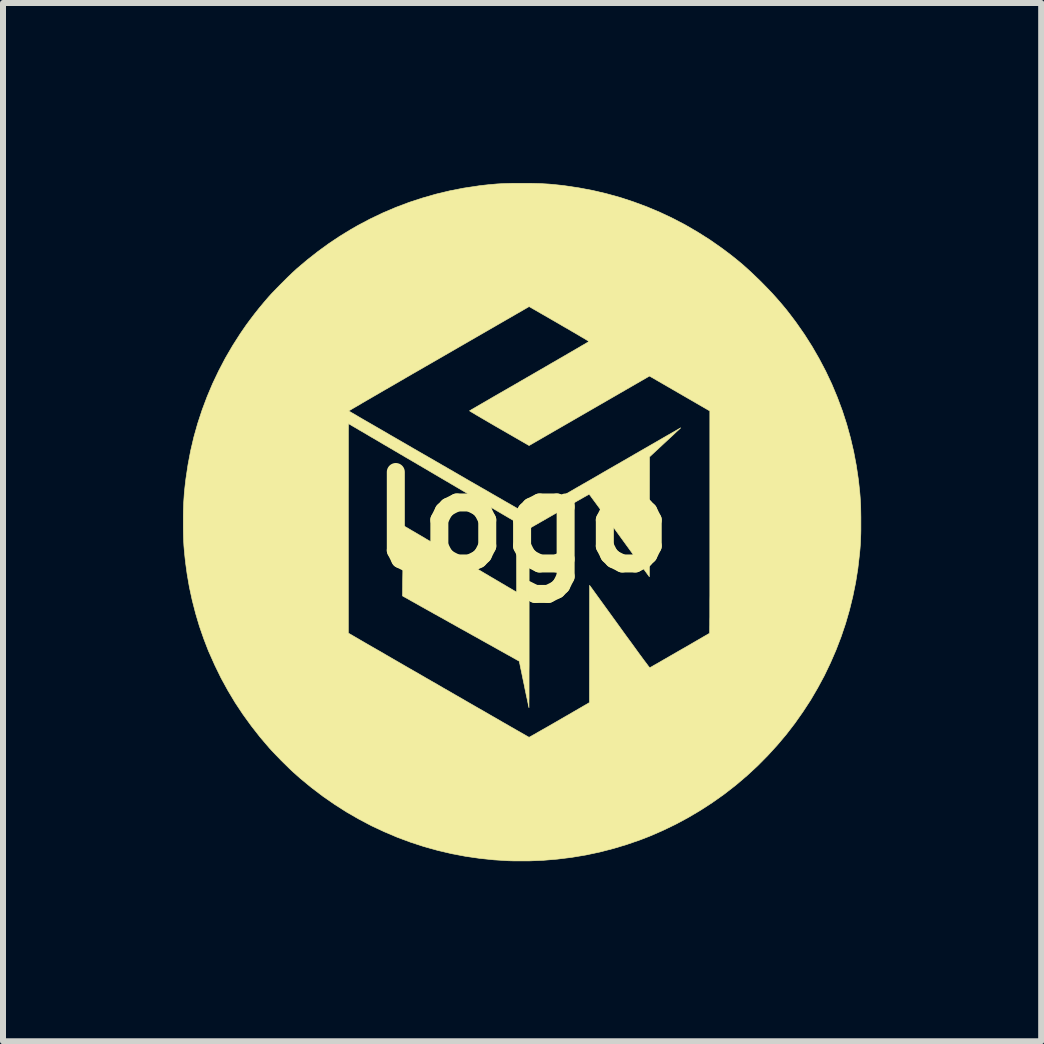
<source format=kicad_pcb>
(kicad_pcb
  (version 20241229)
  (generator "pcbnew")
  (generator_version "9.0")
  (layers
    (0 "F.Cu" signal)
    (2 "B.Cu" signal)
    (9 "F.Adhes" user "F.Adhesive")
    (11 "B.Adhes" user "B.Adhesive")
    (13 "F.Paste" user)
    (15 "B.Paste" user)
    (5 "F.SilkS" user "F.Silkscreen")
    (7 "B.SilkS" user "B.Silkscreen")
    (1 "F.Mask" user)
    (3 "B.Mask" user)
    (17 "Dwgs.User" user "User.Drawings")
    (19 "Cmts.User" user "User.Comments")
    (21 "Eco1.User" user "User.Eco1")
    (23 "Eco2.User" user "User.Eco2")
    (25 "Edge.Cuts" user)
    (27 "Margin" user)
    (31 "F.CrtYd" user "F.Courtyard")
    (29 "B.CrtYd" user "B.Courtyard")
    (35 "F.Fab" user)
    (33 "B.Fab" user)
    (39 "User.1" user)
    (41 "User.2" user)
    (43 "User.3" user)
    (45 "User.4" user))
  (footprint "logo"
    (layer "F.Cu")
    (at 5.651 5.651)
    (property "Reference" "logo" (at 0 0 0) (layer "F.SilkS") (effects (font (size 1.524 1.524) (thickness 0.3))))
    (attr through_hole)
    (fp_poly (pts (xy 0.089 -5.646) (xy 0.17 -5.645) (xy 0.245 -5.643) (xy 0.315 -5.641) (xy 0.382 -5.637) (xy 0.448 -5.633) (xy 0.515 -5.627) (xy 0.585 -5.62) (xy 0.659 -5.612) (xy 0.709 -5.606) (xy 0.944 -5.571) (xy 1.177 -5.527) (xy 1.407 -5.473) (xy 1.635 -5.41) (xy 1.86 -5.336) (xy 2.081 -5.254) (xy 2.299 -5.162) (xy 2.513 -5.061) (xy 2.723 -4.951) (xy 2.929 -4.831) (xy 3.131 -4.703) (xy 3.327 -4.566) (xy 3.467 -4.461) (xy 3.542 -4.402) (xy 3.613 -4.344) (xy 3.681 -4.287) (xy 3.748 -4.227) (xy 3.816 -4.165) (xy 3.886 -4.098) (xy 3.961 -4.026) (xy 3.991 -3.996) (xy 4.083 -3.902) (xy 4.169 -3.812) (xy 4.249 -3.723) (xy 4.325 -3.635) (xy 4.4 -3.545) (xy 4.473 -3.451) (xy 4.548 -3.352) (xy 4.57 -3.322) (xy 4.706 -3.127) (xy 4.833 -2.927) (xy 4.951 -2.722) (xy 5.061 -2.513) (xy 5.162 -2.299) (xy 5.253 -2.081) (xy 5.336 -1.859) (xy 5.409 -1.634) (xy 5.472 -1.406) (xy 5.526 -1.175) (xy 5.57 -0.942) (xy 5.605 -0.706) (xy 5.626 -0.513) (xy 5.631 -0.456) (xy 5.635 -0.403) (xy 5.638 -0.353) (xy 5.641 -0.303) (xy 5.643 -0.253) (xy 5.644 -0.201) (xy 5.645 -0.144) (xy 5.646 -0.08) (xy 5.646 -0.009) (xy 5.646 0) (xy 5.646 0.071) (xy 5.646 0.135) (xy 5.645 0.191) (xy 5.643 0.243) (xy 5.641 0.293) (xy 5.639 0.341) (xy 5.636 0.39) (xy 5.632 0.443) (xy 5.627 0.499) (xy 5.623 0.538) (xy 5.596 0.774) (xy 5.559 1.007) (xy 5.512 1.238) (xy 5.456 1.466) (xy 5.391 1.691) (xy 5.316 1.913) (xy 5.232 2.132) (xy 5.139 2.346) (xy 5.038 2.557) (xy 4.927 2.763) (xy 4.809 2.965) (xy 4.681 3.161) (xy 4.546 3.353) (xy 4.403 3.539) (xy 4.251 3.719) (xy 4.092 3.893) (xy 3.925 4.062) (xy 3.751 4.223) (xy 3.569 4.378) (xy 3.548 4.395) (xy 3.361 4.54) (xy 3.167 4.677) (xy 2.968 4.806) (xy 2.763 4.927) (xy 2.554 5.039) (xy 2.34 5.142) (xy 2.123 5.236) (xy 1.968 5.296) (xy 1.745 5.373) (xy 1.519 5.441) (xy 1.29 5.5) (xy 1.058 5.549) (xy 0.824 5.588) (xy 0.588 5.617) (xy 0.351 5.637) (xy 0.113 5.647) (xy -0.126 5.647) (xy -0.231 5.644) (xy -0.47 5.629) (xy -0.708 5.604) (xy -0.943 5.57) (xy -1.175 5.526) (xy -1.405 5.472) (xy -1.632 5.409) (xy -1.856 5.336) (xy -2.077 5.254) (xy -2.294 5.162) (xy -2.508 5.062) (xy -2.717 4.952) (xy -2.922 4.834) (xy -3.123 4.706) (xy -3.319 4.57) (xy -3.511 4.424) (xy -3.697 4.271) (xy -3.815 4.166) (xy -3.846 4.137) (xy -3.883 4.102) (xy -3.923 4.062) (xy -3.967 4.019) (xy -4.012 3.975) (xy -4.056 3.929) (xy -4.099 3.885) (xy -4.139 3.843) (xy -4.175 3.805) (xy -4.205 3.772) (xy -4.209 3.768) (xy -4.366 3.584) (xy -4.513 3.396) (xy -4.652 3.204) (xy -4.782 3.008) (xy -4.903 2.806) (xy -5.016 2.6) (xy -5.12 2.387) (xy -5.217 2.169) (xy -5.225 2.152) (xy -5.304 1.947) (xy -5.377 1.737) (xy -5.441 1.522) (xy -5.497 1.304) (xy -5.545 1.083) (xy -5.583 0.862) (xy -5.605 0.701) (xy -5.615 0.618) (xy -5.623 0.541) (xy -5.63 0.467) (xy -5.636 0.395) (xy -5.64 0.322) (xy -5.643 0.248) (xy -5.645 0.168) (xy -5.646 0.104) (xy -2.896 0.104) (xy -2.896 1.849) (xy -2.884 1.856) (xy -2.877 1.861) (xy -2.862 1.87) (xy -2.838 1.883) (xy -2.808 1.901) (xy -2.77 1.923) (xy -2.725 1.949) (xy -2.674 1.979) (xy -2.617 2.012) (xy -2.555 2.048) (xy -2.487 2.087) (xy -2.414 2.129) (xy -2.337 2.173) (xy -2.257 2.22) (xy -2.172 2.269) (xy -2.084 2.32) (xy -1.994 2.372) (xy -1.901 2.426) (xy -1.805 2.481) (xy -1.709 2.536) (xy -1.611 2.593) (xy -1.512 2.65) (xy -1.412 2.707) (xy -1.313 2.765) (xy -1.213 2.822) (xy -1.115 2.879) (xy -1.017 2.935) (xy -0.921 2.991) (xy -0.827 3.045) (xy -0.735 3.098) (xy -0.645 3.149) (xy -0.559 3.199) (xy -0.476 3.247) (xy -0.397 3.292) (xy -0.322 3.336) (xy -0.251 3.376) (xy -0.186 3.414) (xy -0.126 3.448) (xy -0.071 3.48) (xy -0.023 3.507) (xy 0.019 3.531) (xy 0.054 3.551) (xy 0.081 3.567) (xy 0.101 3.578) (xy 0.113 3.585) (xy 0.116 3.586) (xy 0.121 3.584) (xy 0.135 3.577) (xy 0.156 3.565) (xy 0.184 3.549) (xy 0.219 3.53) (xy 0.259 3.506) (xy 0.305 3.48) (xy 0.356 3.451) (xy 0.411 3.42) (xy 0.47 3.386) (xy 0.531 3.351) (xy 0.595 3.314) (xy 0.604 3.309) (xy 0.669 3.271) (xy 0.731 3.235) (xy 0.791 3.201) (xy 0.847 3.168) (xy 0.899 3.138) (xy 0.947 3.11) (xy 0.989 3.086) (xy 1.026 3.064) (xy 1.056 3.047) (xy 1.08 3.033) (xy 1.096 3.024) (xy 1.103 3.019) (xy 1.104 3.019) (xy 1.123 3.007) (xy 1.125 1.054) (xy 1.623 1.742) (xy 1.692 1.838) (xy 1.756 1.926) (xy 1.815 2.006) (xy 1.868 2.079) (xy 1.915 2.144) (xy 1.957 2.202) (xy 1.995 2.253) (xy 2.027 2.297) (xy 2.055 2.334) (xy 2.078 2.364) (xy 2.096 2.389) (xy 2.11 2.407) (xy 2.12 2.419) (xy 2.126 2.426) (xy 2.128 2.427) (xy 2.133 2.424) (xy 2.147 2.417) (xy 2.168 2.405) (xy 2.195 2.389) (xy 2.229 2.37) (xy 2.268 2.348) (xy 2.311 2.323) (xy 2.359 2.295) (xy 2.41 2.266) (xy 2.463 2.235) (xy 2.519 2.203) (xy 2.576 2.17) (xy 2.633 2.137) (xy 2.691 2.104) (xy 2.747 2.072) (xy 2.802 2.04) (xy 2.855 2.009) (xy 2.905 1.98) (xy 2.952 1.953) (xy 2.995 1.928) (xy 3.032 1.906) (xy 3.064 1.888) (xy 3.09 1.873) (xy 3.109 1.862) (xy 3.12 1.855) (xy 3.123 1.853) (xy 3.124 1.851) (xy 3.124 1.845) (xy 3.125 1.835) (xy 3.125 1.821) (xy 3.125 1.802) (xy 3.126 1.778) (xy 3.126 1.75) (xy 3.127 1.716) (xy 3.127 1.677) (xy 3.127 1.631) (xy 3.128 1.58) (xy 3.128 1.523) (xy 3.128 1.458) (xy 3.128 1.387) (xy 3.128 1.309) (xy 3.129 1.223) (xy 3.129 1.13) (xy 3.129 1.028) (xy 3.129 0.919) (xy 3.129 0.801) (xy 3.129 0.674) (xy 3.129 0.539) (xy 3.129 0.394) (xy 3.129 0.239) (xy 3.129 0.075) (xy 3.129 -0.002) (xy 3.129 -1.852) (xy 2.626 -2.143) (xy 2.123 -2.434) (xy 1.12 -1.855) (xy 0.117 -1.276) (xy -0.381 -1.563) (xy -0.447 -1.601) (xy -0.509 -1.637) (xy -0.569 -1.672) (xy -0.625 -1.705) (xy -0.677 -1.735) (xy -0.724 -1.763) (xy -0.766 -1.787) (xy -0.801 -1.809) (xy -0.831 -1.826) (xy -0.853 -1.84) (xy -0.868 -1.849) (xy -0.875 -1.854) (xy -0.875 -1.855) (xy -0.871 -1.858) (xy -0.857 -1.865) (xy -0.836 -1.878) (xy -0.808 -1.894) (xy -0.772 -1.915) (xy -0.729 -1.94) (xy -0.679 -1.969) (xy -0.624 -2.001) (xy -0.563 -2.036) (xy -0.497 -2.075) (xy -0.426 -2.116) (xy -0.351 -2.159) (xy -0.271 -2.205) (xy -0.188 -2.253) (xy -0.101 -2.303) (xy -0.012 -2.355) (xy 0.08 -2.408) (xy 0.122 -2.432) (xy 0.215 -2.486) (xy 0.305 -2.538) (xy 0.393 -2.589) (xy 0.477 -2.638) (xy 0.559 -2.685) (xy 0.636 -2.73) (xy 0.709 -2.772) (xy 0.777 -2.812) (xy 0.84 -2.848) (xy 0.898 -2.882) (xy 0.95 -2.912) (xy 0.995 -2.939) (xy 1.034 -2.961) (xy 1.066 -2.98) (xy 1.09 -2.995) (xy 1.107 -3.004) (xy 1.115 -3.01) (xy 1.116 -3.01) (xy 1.112 -3.013) (xy 1.099 -3.021) (xy 1.079 -3.033) (xy 1.052 -3.05) (xy 1.018 -3.07) (xy 0.978 -3.093) (xy 0.933 -3.12) (xy 0.882 -3.15) (xy 0.828 -3.181) (xy 0.769 -3.216) (xy 0.707 -3.251) (xy 0.642 -3.289) (xy 0.617 -3.304) (xy 0.117 -3.592) (xy -1.387 -2.724) (xy -1.501 -2.658) (xy -1.613 -2.594) (xy -1.723 -2.53) (xy -1.83 -2.469) (xy -1.933 -2.409) (xy -2.033 -2.351) (xy -2.129 -2.295) (xy -2.221 -2.242) (xy -2.308 -2.192) (xy -2.39 -2.144) (xy -2.468 -2.099) (xy -2.54 -2.057) (xy -2.606 -2.019) (xy -2.666 -1.984) (xy -2.719 -1.952) (xy -2.766 -1.925) (xy -2.806 -1.902) (xy -2.838 -1.883) (xy -2.863 -1.868) (xy -2.879 -1.858) (xy -2.888 -1.853) (xy -2.889 -1.852) (xy -2.884 -1.849) (xy -2.871 -1.842) (xy -2.851 -1.829) (xy -2.822 -1.813) (xy -2.786 -1.792) (xy -2.744 -1.767) (xy -2.695 -1.738) (xy -2.64 -1.706) (xy -2.579 -1.671) (xy -2.513 -1.633) (xy -2.442 -1.592) (xy -2.366 -1.548) (xy -2.286 -1.502) (xy -2.203 -1.453) (xy -2.116 -1.403) (xy -2.026 -1.351) (xy -1.934 -1.298) (xy -1.84 -1.243) (xy -1.743 -1.187) (xy -1.646 -1.131) (xy -1.547 -1.074) (xy -1.448 -1.017) (xy -1.348 -0.959) (xy -1.249 -0.902) (xy -1.15 -0.845) (xy -1.052 -0.788) (xy -0.955 -0.732) (xy -0.861 -0.677) (xy -0.768 -0.624) (xy -0.678 -0.572) (xy -0.59 -0.522) (xy -0.506 -0.473) (xy -0.426 -0.427) (xy -0.349 -0.383) (xy -0.277 -0.341) (xy -0.21 -0.303) (xy -0.148 -0.267) (xy -0.092 -0.235) (xy -0.042 -0.206) (xy 0.002 -0.181) (xy 0.039 -0.159) (xy 0.069 -0.142) (xy 0.092 -0.13) (xy 0.106 -0.122) (xy 0.112 -0.118) (xy 0.113 -0.118) (xy 0.119 -0.12) (xy 0.133 -0.127) (xy 0.154 -0.137) (xy 0.181 -0.152) (xy 0.212 -0.169) (xy 0.248 -0.189) (xy 0.27 -0.202) (xy 0.395 -0.274) (xy 0.519 -0.346) (xy 0.643 -0.417) (xy 0.766 -0.488) (xy 0.888 -0.559) (xy 1.008 -0.628) (xy 1.127 -0.696) (xy 1.243 -0.763) (xy 1.356 -0.829) (xy 1.467 -0.893) (xy 1.575 -0.955) (xy 1.679 -1.015) (xy 1.78 -1.073) (xy 1.876 -1.129) (xy 1.968 -1.182) (xy 2.055 -1.232) (xy 2.138 -1.28) (xy 2.215 -1.324) (xy 2.286 -1.365) (xy 2.351 -1.403) (xy 2.41 -1.437) (xy 2.463 -1.467) (xy 2.508 -1.493) (xy 2.547 -1.515) (xy 2.577 -1.533) (xy 2.6 -1.546) (xy 2.615 -1.555) (xy 2.621 -1.558) (xy 2.644 -1.571) (xy 2.626 -1.554) (xy 2.62 -1.548) (xy 2.606 -1.535) (xy 2.586 -1.517) (xy 2.561 -1.494) (xy 2.532 -1.466) (xy 2.498 -1.434) (xy 2.461 -1.4) (xy 2.421 -1.363) (xy 2.379 -1.324) (xy 2.366 -1.312) (xy 2.123 -1.086) (xy 2.122 -0.088) (xy 2.121 0.911) (xy 1.621 0.222) (xy 1.567 0.147) (xy 1.514 0.075) (xy 1.463 0.005) (xy 1.415 -0.061) (xy 1.369 -0.124) (xy 1.326 -0.183) (xy 1.286 -0.238) (xy 1.25 -0.287) (xy 1.217 -0.332) (xy 1.188 -0.371) (xy 1.164 -0.403) (xy 1.145 -0.43) (xy 1.13 -0.449) (xy 1.121 -0.461) (xy 1.118 -0.465) (xy 1.118 -0.465) (xy 1.113 -0.463) (xy 1.1 -0.455) (xy 1.08 -0.443) (xy 1.052 -0.428) (xy 1.017 -0.408) (xy 0.977 -0.385) (xy 0.931 -0.359) (xy 0.88 -0.33) (xy 0.825 -0.298) (xy 0.766 -0.264) (xy 0.704 -0.229) (xy 0.64 -0.192) (xy 0.616 -0.178) (xy 0.117 0.108) (xy 0.117 1.602) (xy 0.117 1.724) (xy 0.117 1.844) (xy 0.117 1.961) (xy 0.117 2.074) (xy 0.117 2.183) (xy 0.117 2.289) (xy 0.117 2.389) (xy 0.116 2.485) (xy 0.116 2.575) (xy 0.116 2.659) (xy 0.116 2.737) (xy 0.116 2.808) (xy 0.116 2.873) (xy 0.116 2.93) (xy 0.115 2.979) (xy 0.115 3.02) (xy 0.115 3.052) (xy 0.115 3.075) (xy 0.115 3.089) (xy 0.115 3.093) (xy 0.113 3.088) (xy 0.11 3.074) (xy 0.105 3.051) (xy 0.099 3.02) (xy 0.091 2.983) (xy 0.082 2.939) (xy 0.071 2.891) (xy 0.06 2.837) (xy 0.048 2.78) (xy 0.036 2.719) (xy 0.033 2.705) (xy 0.02 2.644) (xy 0.008 2.586) (xy -0.003 2.532) (xy -0.013 2.482) (xy -0.023 2.437) (xy -0.031 2.398) (xy -0.037 2.366) (xy -0.043 2.342) (xy -0.046 2.326) (xy -0.048 2.318) (xy -0.048 2.318) (xy -0.052 2.316) (xy -0.065 2.308) (xy -0.086 2.297) (xy -0.115 2.28) (xy -0.151 2.26) (xy -0.193 2.236) (xy -0.243 2.209) (xy -0.298 2.178) (xy -0.359 2.144) (xy -0.425 2.107) (xy -0.496 2.067) (xy -0.572 2.025) (xy -0.651 1.981) (xy -0.734 1.934) (xy -0.821 1.886) (xy -0.91 1.836) (xy -1.002 1.785) (xy -1.019 1.776) (xy -1.111 1.724) (xy -1.201 1.674) (xy -1.288 1.625) (xy -1.372 1.578) (xy -1.452 1.534) (xy -1.528 1.491) (xy -1.6 1.451) (xy -1.668 1.413) (xy -1.73 1.378) (xy -1.786 1.346) (xy -1.837 1.318) (xy -1.881 1.293) (xy -1.918 1.272) (xy -1.949 1.255) (xy -1.971 1.243) (xy -1.986 1.234) (xy -1.992 1.231) (xy -1.992 1.23) (xy -1.992 1.225) (xy -1.993 1.21) (xy -1.992 1.187) (xy -1.992 1.156) (xy -1.992 1.118) (xy -1.991 1.074) (xy -1.991 1.024) (xy -1.99 0.969) (xy -1.989 0.91) (xy -1.988 0.849) (xy -1.987 0.784) (xy -1.986 0.719) (xy -1.985 0.652) (xy -1.984 0.585) (xy -1.983 0.519) (xy -1.982 0.455) (xy -1.981 0.393) (xy -1.98 0.333) (xy -1.979 0.278) (xy -1.978 0.227) (xy -1.977 0.182) (xy -1.976 0.142) (xy -1.975 0.11) (xy -1.975 0.085) (xy -1.974 0.069) (xy -1.974 0.062) (xy -1.974 0.062) (xy -1.969 0.065) (xy -1.956 0.072) (xy -1.936 0.084) (xy -1.907 0.1) (xy -1.872 0.121) (xy -1.83 0.146) (xy -1.781 0.174) (xy -1.727 0.206) (xy -1.667 0.241) (xy -1.602 0.28) (xy -1.532 0.321) (xy -1.457 0.364) (xy -1.379 0.41) (xy -1.297 0.458) (xy -1.212 0.508) (xy -1.125 0.56) (xy -1.035 0.613) (xy -1.032 0.614) (xy -0.091 1.168) (xy -0.094 0.003) (xy -1.493 -0.819) (xy -1.603 -0.884) (xy -1.711 -0.947) (xy -1.816 -1.009) (xy -1.919 -1.069) (xy -2.018 -1.127) (xy -2.113 -1.183) (xy -2.205 -1.237) (xy -2.293 -1.288) (xy -2.375 -1.337) (xy -2.453 -1.383) (xy -2.526 -1.425) (xy -2.593 -1.465) (xy -2.654 -1.501) (xy -2.71 -1.533) (xy -2.758 -1.562) (xy -2.8 -1.586) (xy -2.834 -1.606) (xy -2.861 -1.622) (xy -2.88 -1.633) (xy -2.891 -1.639) (xy -2.894 -1.641) (xy -2.894 -1.636) (xy -2.894 -1.621) (xy -2.894 -1.597) (xy -2.894 -1.563) (xy -2.895 -1.521) (xy -2.895 -1.471) (xy -2.895 -1.413) (xy -2.895 -1.347) (xy -2.895 -1.274) (xy -2.895 -1.194) (xy -2.895 -1.108) (xy -2.895 -1.015) (xy -2.895 -0.917) (xy -2.895 -0.813) (xy -2.895 -0.704) (xy -2.895 -0.591) (xy -2.896 -0.473) (xy -2.896 -0.352) (xy -2.896 -0.226) (xy -2.896 -0.098) (xy -2.896 0.033) (xy -2.896 0.104) (xy -5.646 0.104) (xy -5.646 0.083) (xy -5.646 0) (xy -5.646 -0.095) (xy -5.645 -0.181) (xy -5.642 -0.262) (xy -5.639 -0.338) (xy -5.634 -0.413) (xy -5.629 -0.488) (xy -5.621 -0.565) (xy -5.612 -0.646) (xy -5.603 -0.721) (xy -5.568 -0.955) (xy -5.524 -1.188) (xy -5.47 -1.418) (xy -5.406 -1.645) (xy -5.332 -1.87) (xy -5.249 -2.091) (xy -5.157 -2.309) (xy -5.055 -2.523) (xy -4.945 -2.733) (xy -4.825 -2.939) (xy -4.696 -3.141) (xy -4.599 -3.282) (xy -4.532 -3.373) (xy -4.459 -3.469) (xy -4.382 -3.566) (xy -4.303 -3.661) (xy -4.224 -3.753) (xy -4.209 -3.769) (xy -4.185 -3.796) (xy -4.155 -3.828) (xy -4.12 -3.864) (xy -4.081 -3.904) (xy -4.039 -3.947) (xy -3.996 -3.99) (xy -3.952 -4.034) (xy -3.909 -4.077) (xy -3.867 -4.117) (xy -3.829 -4.154) (xy -3.794 -4.186) (xy -3.765 -4.213) (xy -3.754 -4.223) (xy -3.579 -4.371) (xy -3.402 -4.51) (xy -3.222 -4.641) (xy -3.038 -4.764) (xy -2.848 -4.88) (xy -2.738 -4.943) (xy -2.532 -5.052) (xy -2.32 -5.153) (xy -2.104 -5.245) (xy -1.884 -5.328) (xy -1.661 -5.401) (xy -1.434 -5.466) (xy -1.205 -5.521) (xy -0.974 -5.566) (xy -0.742 -5.601) (xy -0.709 -5.606) (xy -0.631 -5.615) (xy -0.558 -5.623) (xy -0.49 -5.629) (xy -0.423 -5.635) (xy -0.357 -5.639) (xy -0.289 -5.642) (xy -0.218 -5.644) (xy -0.141 -5.646) (xy -0.057 -5.646) (xy 0 -5.646) (xy 0.089 -5.646)) (stroke (width 0.01) (type solid)) (fill yes) (layer "F.SilkS")))
  (gr_rect
    (start -3 -3)
    (end 14.302 14.303)
    (stroke (width 0.1) (type default))
    (fill no)
    (layer "Edge.Cuts")))
</source>
